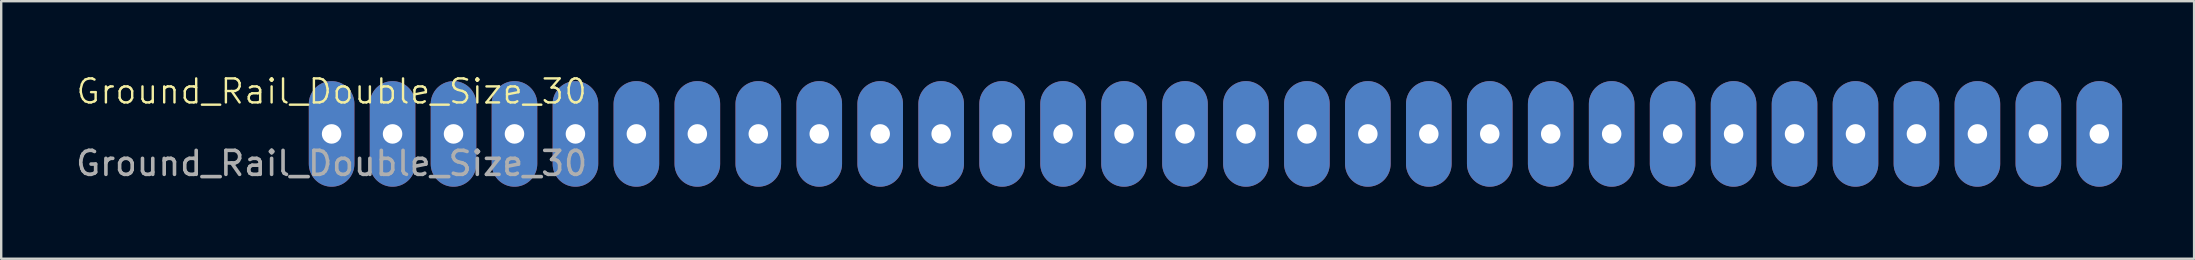
<source format=kicad_pcb>
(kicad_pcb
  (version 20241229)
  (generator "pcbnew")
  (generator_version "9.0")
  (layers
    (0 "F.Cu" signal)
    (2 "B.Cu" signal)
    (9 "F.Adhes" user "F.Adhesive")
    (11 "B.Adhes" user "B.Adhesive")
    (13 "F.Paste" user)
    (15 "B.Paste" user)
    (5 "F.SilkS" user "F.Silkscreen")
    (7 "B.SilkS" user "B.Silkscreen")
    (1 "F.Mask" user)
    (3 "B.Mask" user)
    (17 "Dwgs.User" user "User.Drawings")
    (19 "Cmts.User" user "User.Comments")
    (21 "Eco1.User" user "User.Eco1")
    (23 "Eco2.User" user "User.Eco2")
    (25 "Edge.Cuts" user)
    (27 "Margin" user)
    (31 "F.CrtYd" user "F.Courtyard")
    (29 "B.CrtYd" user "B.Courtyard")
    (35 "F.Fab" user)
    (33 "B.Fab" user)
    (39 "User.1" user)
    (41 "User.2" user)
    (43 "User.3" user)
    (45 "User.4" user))
  (footprint "Ground_Rail_Double_Size_30"
    (layer "F.Cu")
    (at 10.768 1.26)
    (property "Reference" "Ground_Rail_Double_Size_30" (at 0 -0.5 0) (unlocked yes) (layer "F.SilkS") (effects (font (size 1 1) (thickness 0.1))))
    (attr through_hole)
    (fp_text user "${REFERENCE}" (at 0 2.5 0) (unlocked yes) (layer "F.Fab") (effects (font (size 1 1) (thickness 0.15))))
    (pad "1" thru_hole oval (at 0 1.27) (size 1.9 4.4) (drill 0.813) (layers "*.Cu" "*.Mask"))
    (pad "1" thru_hole oval (at 2.54 1.27) (size 1.9 4.4) (drill 0.813) (layers "*.Cu" "*.Mask"))
    (pad "1" thru_hole oval (at 5.08 1.27) (size 1.9 4.4) (drill 0.813) (layers "*.Cu" "*.Mask"))
    (pad "1" thru_hole oval (at 7.62 1.27) (size 1.9 4.4) (drill 0.813) (layers "*.Cu" "*.Mask"))
    (pad "1" thru_hole oval (at 10.16 1.27) (size 1.9 4.4) (drill 0.813) (layers "*.Cu" "*.Mask"))
    (pad "1" thru_hole oval (at 12.7 1.27) (size 1.9 4.4) (drill 0.813) (layers "*.Cu" "*.Mask"))
    (pad "1" thru_hole oval (at 15.24 1.27) (size 1.9 4.4) (drill 0.813) (layers "*.Cu" "*.Mask"))
    (pad "1" thru_hole oval (at 17.78 1.27) (size 1.9 4.4) (drill 0.813) (layers "*.Cu" "*.Mask"))
    (pad "1" thru_hole oval (at 20.32 1.27) (size 1.9 4.4) (drill 0.813) (layers "*.Cu" "*.Mask"))
    (pad "1" thru_hole oval (at 22.86 1.27) (size 1.9 4.4) (drill 0.813) (layers "*.Cu" "*.Mask"))
    (pad "1" thru_hole oval (at 25.4 1.27) (size 1.9 4.4) (drill 0.813) (layers "*.Cu" "*.Mask"))
    (pad "1" thru_hole oval (at 27.94 1.27) (size 1.9 4.4) (drill 0.813) (layers "*.Cu" "*.Mask"))
    (pad "1" thru_hole oval (at 30.48 1.27) (size 1.9 4.4) (drill 0.813) (layers "*.Cu" "*.Mask"))
    (pad "1" thru_hole oval (at 33.02 1.27) (size 1.9 4.4) (drill 0.813) (layers "*.Cu" "*.Mask"))
    (pad "1" thru_hole oval (at 35.56 1.27) (size 1.9 4.4) (drill 0.813) (layers "*.Cu" "*.Mask"))
    (pad "1" thru_hole oval (at 38.1 1.27) (size 1.9 4.4) (drill 0.813) (layers "*.Cu" "*.Mask"))
    (pad "1" thru_hole oval (at 40.64 1.27) (size 1.9 4.4) (drill 0.813) (layers "*.Cu" "*.Mask"))
    (pad "1" thru_hole oval (at 43.18 1.27) (size 1.9 4.4) (drill 0.813) (layers "*.Cu" "*.Mask"))
    (pad "1" thru_hole oval (at 45.72 1.27) (size 1.9 4.4) (drill 0.813) (layers "*.Cu" "*.Mask"))
    (pad "1" thru_hole oval (at 48.26 1.27) (size 1.9 4.4) (drill 0.813) (layers "*.Cu" "*.Mask"))
    (pad "1" thru_hole oval (at 50.8 1.27) (size 1.9 4.4) (drill 0.813) (layers "*.Cu" "*.Mask"))
    (pad "1" thru_hole oval (at 53.34 1.27) (size 1.9 4.4) (drill 0.813) (layers "*.Cu" "*.Mask"))
    (pad "1" thru_hole oval (at 55.88 1.27) (size 1.9 4.4) (drill 0.813) (layers "*.Cu" "*.Mask"))
    (pad "1" thru_hole oval (at 58.42 1.27) (size 1.9 4.4) (drill 0.813) (layers "*.Cu" "*.Mask"))
    (pad "1" thru_hole oval (at 60.96 1.27) (size 1.9 4.4) (drill 0.813) (layers "*.Cu" "*.Mask"))
    (pad "1" thru_hole oval (at 63.5 1.27) (size 1.9 4.4) (drill 0.813) (layers "*.Cu" "*.Mask"))
    (pad "1" thru_hole oval (at 66.04 1.27) (size 1.9 4.4) (drill 0.813) (layers "*.Cu" "*.Mask"))
    (pad "1" thru_hole oval (at 68.58 1.27) (size 1.9 4.4) (drill 0.813) (layers "*.Cu" "*.Mask"))
    (pad "1" thru_hole oval (at 71.12 1.27) (size 1.9 4.4) (drill 0.813) (layers "*.Cu" "*.Mask"))
    (pad "1" thru_hole oval (at 73.66 1.27) (size 1.9 4.4) (drill 0.813) (layers "*.Cu" "*.Mask")))
  (gr_rect
    (start -3 -3)
    (end 88.378 7.731)
    (stroke (width 0.1) (type default))
    (fill no)
    (layer "Edge.Cuts")))
</source>
